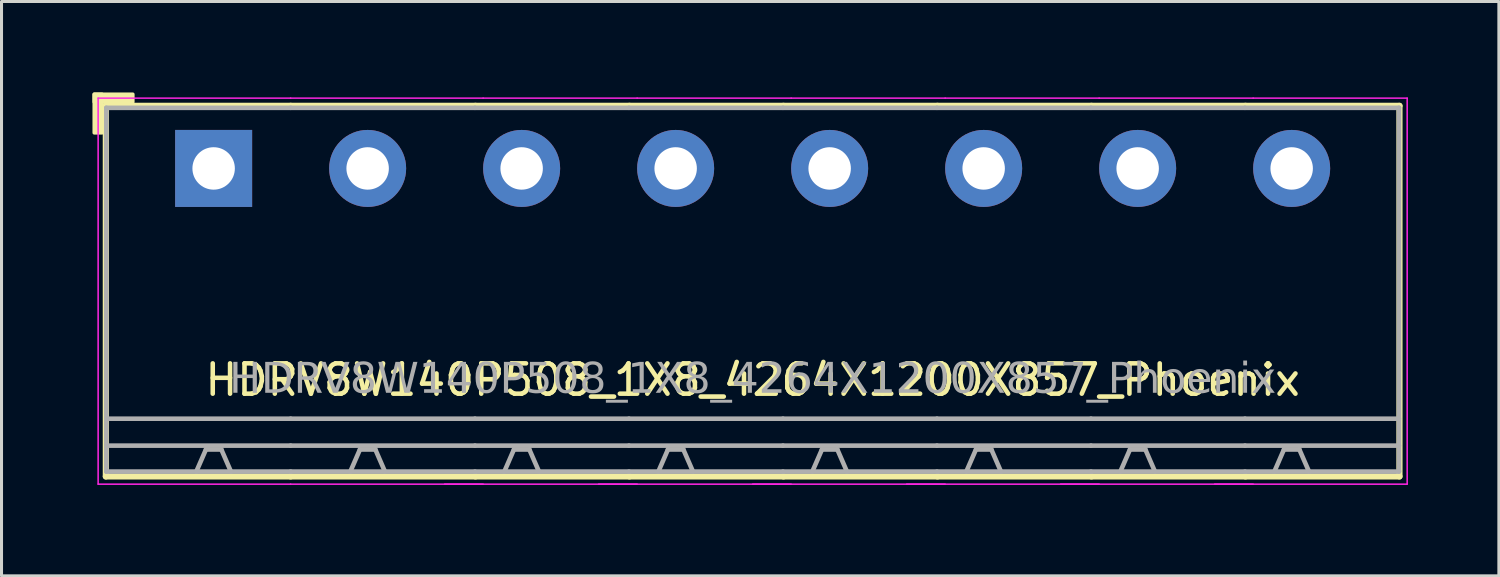
<source format=kicad_pcb>
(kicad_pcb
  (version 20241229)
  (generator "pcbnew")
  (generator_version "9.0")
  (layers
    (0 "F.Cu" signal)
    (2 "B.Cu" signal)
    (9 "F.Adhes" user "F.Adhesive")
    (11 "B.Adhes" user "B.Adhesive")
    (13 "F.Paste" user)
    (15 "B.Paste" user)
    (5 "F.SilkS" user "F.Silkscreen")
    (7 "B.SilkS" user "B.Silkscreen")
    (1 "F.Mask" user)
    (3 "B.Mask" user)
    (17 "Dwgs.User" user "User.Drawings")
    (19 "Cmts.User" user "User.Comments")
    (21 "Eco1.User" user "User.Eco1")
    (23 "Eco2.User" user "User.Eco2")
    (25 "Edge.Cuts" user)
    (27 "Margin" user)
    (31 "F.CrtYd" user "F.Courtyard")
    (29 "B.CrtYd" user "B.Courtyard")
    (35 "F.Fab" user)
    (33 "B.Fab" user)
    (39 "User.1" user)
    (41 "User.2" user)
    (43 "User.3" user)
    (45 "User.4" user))
  (footprint "HDRV8W140P508_1X8_4264X1200X857_Phoenix"
    (layer "F.Cu")
    (at 21.777 2.506)
    (property "Reference" "HDRV8W140P508_1X8_4264X1200X857_Phoenix" (at 0 6.975 0) (layer "F.SilkS") (effects (font (size 1 1) (thickness 0.15))))
    (attr through_hole)
    (fp_line (start -21.336 -2.065) (end -21.336 10.16) (stroke (width 0.203) (type solid)) (layer "F.SilkS"))
    (fp_line (start -21.336 10.16) (end -15.24 10.16) (stroke (width 0.203) (type solid)) (layer "F.SilkS"))
    (fp_line (start -15.24 -2.065) (end -21.336 -2.065) (stroke (width 0.203) (type solid)) (layer "F.SilkS"))
    (fp_line (start -15.24 -2.065) (end -9.144 -2.065) (stroke (width 0.203) (type solid)) (layer "F.SilkS"))
    (fp_line (start -9.144 -2.065) (end -4.064 -2.065) (stroke (width 0.203) (type solid)) (layer "F.SilkS"))
    (fp_line (start -9.144 10.16) (end -15.24 10.16) (stroke (width 0.203) (type solid)) (layer "F.SilkS"))
    (fp_line (start -4.064 -2.065) (end 1.016 -2.065) (stroke (width 0.203) (type solid)) (layer "F.SilkS"))
    (fp_line (start -4.064 10.16) (end -9.144 10.16) (stroke (width 0.203) (type solid)) (layer "F.SilkS"))
    (fp_line (start 1.016 -2.065) (end 6.096 -2.065) (stroke (width 0.203) (type solid)) (layer "F.SilkS"))
    (fp_line (start 1.016 10.16) (end -4.064 10.16) (stroke (width 0.203) (type solid)) (layer "F.SilkS"))
    (fp_line (start 6.096 -2.065) (end 11.176 -2.065) (stroke (width 0.203) (type solid)) (layer "F.SilkS"))
    (fp_line (start 6.096 10.16) (end 1.016 10.16) (stroke (width 0.203) (type solid)) (layer "F.SilkS"))
    (fp_line (start 11.176 -2.065) (end 16.256 -2.065) (stroke (width 0.203) (type solid)) (layer "F.SilkS"))
    (fp_line (start 11.176 10.16) (end 6.096 10.16) (stroke (width 0.203) (type solid)) (layer "F.SilkS"))
    (fp_line (start 16.256 -2.065) (end 21.336 -2.065) (stroke (width 0.203) (type solid)) (layer "F.SilkS"))
    (fp_line (start 16.256 10.16) (end 11.176 10.16) (stroke (width 0.203) (type solid)) (layer "F.SilkS"))
    (fp_line (start 21.336 -2.065) (end 21.336 10.16) (stroke (width 0.203) (type solid)) (layer "F.SilkS"))
    (fp_line (start 21.336 10.16) (end 16.256 10.16) (stroke (width 0.203) (type solid)) (layer "F.SilkS"))
    (fp_rect (start -21.717 -2.446) (end -21.463 -1.176) (stroke (width 0.12) (type solid)) (fill yes) (layer "F.SilkS"))
    (fp_rect (start -21.717 -2.446) (end -20.447 -2.192) (stroke (width 0.12) (type solid)) (fill yes) (layer "F.SilkS"))
    (fp_line (start -21.59 10.414) (end -21.59 -2.319) (stroke (width 0.05) (type solid)) (layer "F.CrtYd"))
    (fp_line (start -15.24 -2.319) (end -21.59 -2.319) (stroke (width 0.05) (type solid)) (layer "F.CrtYd"))
    (fp_line (start -15.24 -2.319) (end -8.89 -2.319) (stroke (width 0.05) (type solid)) (layer "F.CrtYd"))
    (fp_line (start -15.24 10.414) (end -21.59 10.414) (stroke (width 0.05) (type solid)) (layer "F.CrtYd"))
    (fp_line (start -15.24 10.414) (end -8.89 10.414) (stroke (width 0.05) (type solid)) (layer "F.CrtYd"))
    (fp_line (start -10.16 10.414) (end -3.81 10.414) (stroke (width 0.05) (type solid)) (layer "F.CrtYd"))
    (fp_line (start -8.89 -2.319) (end -3.81 -2.319) (stroke (width 0.05) (type solid)) (layer "F.CrtYd"))
    (fp_line (start -5.08 10.414) (end 1.27 10.414) (stroke (width 0.05) (type solid)) (layer "F.CrtYd"))
    (fp_line (start -3.81 -2.319) (end 1.27 -2.319) (stroke (width 0.05) (type solid)) (layer "F.CrtYd"))
    (fp_line (start 0 10.414) (end 6.35 10.414) (stroke (width 0.05) (type solid)) (layer "F.CrtYd"))
    (fp_line (start 1.27 -2.319) (end 6.35 -2.319) (stroke (width 0.05) (type solid)) (layer "F.CrtYd"))
    (fp_line (start 5.08 10.414) (end 11.43 10.414) (stroke (width 0.05) (type solid)) (layer "F.CrtYd"))
    (fp_line (start 6.35 -2.319) (end 11.43 -2.319) (stroke (width 0.05) (type solid)) (layer "F.CrtYd"))
    (fp_line (start 10.16 10.414) (end 16.51 10.414) (stroke (width 0.05) (type solid)) (layer "F.CrtYd"))
    (fp_line (start 11.43 -2.319) (end 16.51 -2.319) (stroke (width 0.05) (type solid)) (layer "F.CrtYd"))
    (fp_line (start 15.24 10.414) (end 21.59 10.414) (stroke (width 0.05) (type solid)) (layer "F.CrtYd"))
    (fp_line (start 16.51 -2.319) (end 21.59 -2.319) (stroke (width 0.05) (type solid)) (layer "F.CrtYd"))
    (fp_line (start 21.59 10.414) (end 21.59 -2.319) (stroke (width 0.05) (type solid)) (layer "F.CrtYd"))
    (fp_line (start -21.32 -2) (end -21.32 10) (stroke (width 0.152) (type solid)) (layer "F.Fab"))
    (fp_line (start -18.034 9.271) (end -18.352 10) (stroke (width 0.152) (type default)) (layer "F.Fab"))
    (fp_line (start -17.526 9.271) (end -18.034 9.271) (stroke (width 0.152) (type default)) (layer "F.Fab"))
    (fp_line (start -17.526 9.271) (end -17.209 10) (stroke (width 0.152) (type default)) (layer "F.Fab"))
    (fp_line (start -15.24 -2) (end -21.32 -2) (stroke (width 0.152) (type solid)) (layer "F.Fab"))
    (fp_line (start -15.24 -2) (end -9.16 -2) (stroke (width 0.152) (type solid)) (layer "F.Fab"))
    (fp_line (start -15.24 8.255) (end -21.32 8.255) (stroke (width 0.152) (type solid)) (layer "F.Fab"))
    (fp_line (start -15.24 8.255) (end -9.16 8.255) (stroke (width 0.152) (type solid)) (layer "F.Fab"))
    (fp_line (start -15.24 9.144) (end -21.32 9.144) (stroke (width 0.152) (type solid)) (layer "F.Fab"))
    (fp_line (start -15.24 9.144) (end -9.16 9.144) (stroke (width 0.152) (type solid)) (layer "F.Fab"))
    (fp_line (start -15.24 10) (end -21.32 10) (stroke (width 0.152) (type solid)) (layer "F.Fab"))
    (fp_line (start -15.24 10) (end -9.16 10) (stroke (width 0.152) (type solid)) (layer "F.Fab"))
    (fp_line (start -12.954 9.271) (end -13.271 10) (stroke (width 0.152) (type default)) (layer "F.Fab"))
    (fp_line (start -12.446 9.271) (end -12.954 9.271) (stroke (width 0.152) (type default)) (layer "F.Fab"))
    (fp_line (start -12.446 9.271) (end -12.129 10) (stroke (width 0.152) (type default)) (layer "F.Fab"))
    (fp_line (start -9.16 -2) (end -4.08 -2) (stroke (width 0.152) (type solid)) (layer "F.Fab"))
    (fp_line (start -9.16 8.255) (end -4.08 8.255) (stroke (width 0.152) (type solid)) (layer "F.Fab"))
    (fp_line (start -9.16 9.144) (end -4.08 9.144) (stroke (width 0.152) (type solid)) (layer "F.Fab"))
    (fp_line (start -9.16 10) (end -4.08 10) (stroke (width 0.152) (type solid)) (layer "F.Fab"))
    (fp_line (start -7.874 9.271) (end -8.191 10) (stroke (width 0.152) (type default)) (layer "F.Fab"))
    (fp_line (start -7.366 9.271) (end -7.874 9.271) (stroke (width 0.152) (type default)) (layer "F.Fab"))
    (fp_line (start -7.366 9.271) (end -7.048 10) (stroke (width 0.152) (type default)) (layer "F.Fab"))
    (fp_line (start -4.08 -2) (end 1 -2) (stroke (width 0.152) (type solid)) (layer "F.Fab"))
    (fp_line (start -4.08 8.255) (end 1 8.255) (stroke (width 0.152) (type solid)) (layer "F.Fab"))
    (fp_line (start -4.08 9.144) (end 1 9.144) (stroke (width 0.152) (type solid)) (layer "F.Fab"))
    (fp_line (start -4.08 10) (end 1 10) (stroke (width 0.152) (type solid)) (layer "F.Fab"))
    (fp_line (start -2.794 9.271) (end -3.111 10) (stroke (width 0.152) (type default)) (layer "F.Fab"))
    (fp_line (start -2.286 9.271) (end -2.794 9.271) (stroke (width 0.152) (type default)) (layer "F.Fab"))
    (fp_line (start -2.286 9.271) (end -1.968 10) (stroke (width 0.152) (type default)) (layer "F.Fab"))
    (fp_line (start 1 -2) (end 6.08 -2) (stroke (width 0.152) (type solid)) (layer "F.Fab"))
    (fp_line (start 1 8.255) (end 6.08 8.255) (stroke (width 0.152) (type solid)) (layer "F.Fab"))
    (fp_line (start 1 9.144) (end 6.08 9.144) (stroke (width 0.152) (type solid)) (layer "F.Fab"))
    (fp_line (start 1 10) (end 6.08 10) (stroke (width 0.152) (type solid)) (layer "F.Fab"))
    (fp_line (start 2.286 9.271) (end 1.968 10) (stroke (width 0.152) (type default)) (layer "F.Fab"))
    (fp_line (start 2.794 9.271) (end 2.286 9.271) (stroke (width 0.152) (type default)) (layer "F.Fab"))
    (fp_line (start 2.794 9.271) (end 3.111 10) (stroke (width 0.152) (type default)) (layer "F.Fab"))
    (fp_line (start 6.08 -2) (end 11.16 -2) (stroke (width 0.152) (type solid)) (layer "F.Fab"))
    (fp_line (start 6.08 8.255) (end 11.16 8.255) (stroke (width 0.152) (type solid)) (layer "F.Fab"))
    (fp_line (start 6.08 9.144) (end 11.16 9.144) (stroke (width 0.152) (type solid)) (layer "F.Fab"))
    (fp_line (start 6.08 10) (end 11.16 10) (stroke (width 0.152) (type solid)) (layer "F.Fab"))
    (fp_line (start 7.366 9.271) (end 7.048 10) (stroke (width 0.152) (type default)) (layer "F.Fab"))
    (fp_line (start 7.874 9.271) (end 7.366 9.271) (stroke (width 0.152) (type default)) (layer "F.Fab"))
    (fp_line (start 7.874 9.271) (end 8.191 10) (stroke (width 0.152) (type default)) (layer "F.Fab"))
    (fp_line (start 11.16 -2) (end 16.24 -2) (stroke (width 0.152) (type solid)) (layer "F.Fab"))
    (fp_line (start 11.16 8.255) (end 16.24 8.255) (stroke (width 0.152) (type solid)) (layer "F.Fab"))
    (fp_line (start 11.16 9.144) (end 16.24 9.144) (stroke (width 0.152) (type solid)) (layer "F.Fab"))
    (fp_line (start 11.16 10) (end 16.24 10) (stroke (width 0.152) (type solid)) (layer "F.Fab"))
    (fp_line (start 12.446 9.271) (end 12.129 10) (stroke (width 0.152) (type default)) (layer "F.Fab"))
    (fp_line (start 12.954 9.271) (end 12.446 9.271) (stroke (width 0.152) (type default)) (layer "F.Fab"))
    (fp_line (start 12.954 9.271) (end 13.271 10) (stroke (width 0.152) (type default)) (layer "F.Fab"))
    (fp_line (start 16.24 -2) (end 21.32 -2) (stroke (width 0.152) (type solid)) (layer "F.Fab"))
    (fp_line (start 16.24 8.255) (end 21.32 8.255) (stroke (width 0.152) (type solid)) (layer "F.Fab"))
    (fp_line (start 16.24 9.144) (end 21.32 9.144) (stroke (width 0.152) (type solid)) (layer "F.Fab"))
    (fp_line (start 16.24 10) (end 21.32 10) (stroke (width 0.152) (type solid)) (layer "F.Fab"))
    (fp_line (start 17.526 9.271) (end 17.209 10) (stroke (width 0.152) (type default)) (layer "F.Fab"))
    (fp_line (start 18.034 9.271) (end 17.526 9.271) (stroke (width 0.152) (type default)) (layer "F.Fab"))
    (fp_line (start 18.034 9.271) (end 18.352 10) (stroke (width 0.152) (type default)) (layer "F.Fab"))
    (fp_line (start 21.32 -2) (end 21.32 10) (stroke (width 0.152) (type solid)) (layer "F.Fab"))
    (fp_rect (start -18.034 -0.254) (end -17.526 0.254) (stroke (width 0.152) (type solid)) (fill no) (layer "F.Fab"))
    (fp_rect (start -12.446 -0.254) (end -12.954 0.254) (stroke (width 0.152) (type solid)) (fill no) (layer "F.Fab"))
    (fp_rect (start -7.366 -0.254) (end -7.874 0.254) (stroke (width 0.152) (type solid)) (fill no) (layer "F.Fab"))
    (fp_rect (start -2.286 -0.254) (end -2.794 0.254) (stroke (width 0.152) (type solid)) (fill no) (layer "F.Fab"))
    (fp_rect (start 2.794 -0.254) (end 2.286 0.254) (stroke (width 0.152) (type solid)) (fill no) (layer "F.Fab"))
    (fp_rect (start 7.874 -0.254) (end 7.366 0.254) (stroke (width 0.152) (type solid)) (fill no) (layer "F.Fab"))
    (fp_rect (start 12.954 -0.254) (end 12.446 0.254) (stroke (width 0.152) (type solid)) (fill no) (layer "F.Fab"))
    (fp_rect (start 18.034 -0.254) (end 17.526 0.254) (stroke (width 0.152) (type solid)) (fill no) (layer "F.Fab"))
    (fp_text user "${REFERENCE}" (at 0 6.985 0) (layer "F.Fab") (effects (font (face "Tahoma") (size 1 1) (thickness 0.15))))
    (pad "1" thru_hole rect (at -17.78 0) (size 2.54 2.54) (drill 1.4) (layers "*.Cu" "*.Mask"))
    (pad "2" thru_hole circle (at -12.7 0) (size 2.54 2.54) (drill 1.4) (layers "*.Cu" "*.Mask"))
    (pad "3" thru_hole circle (at -7.62 0) (size 2.54 2.54) (drill 1.4) (layers "*.Cu" "*.Mask"))
    (pad "4" thru_hole circle (at -2.54 0) (size 2.54 2.54) (drill 1.4) (layers "*.Cu" "*.Mask"))
    (pad "5" thru_hole circle (at 2.54 0) (size 2.54 2.54) (drill 1.4) (layers "*.Cu" "*.Mask"))
    (pad "6" thru_hole circle (at 7.62 0) (size 2.54 2.54) (drill 1.4) (layers "*.Cu" "*.Mask"))
    (pad "7" thru_hole circle (at 12.7 0) (size 2.54 2.54) (drill 1.4) (layers "*.Cu" "*.Mask"))
    (pad "8" thru_hole circle (at 17.78 0) (size 2.54 2.54) (drill 1.4) (layers "*.Cu" "*.Mask")))
  (gr_rect
    (start -3 -3)
    (end 46.392 15.945)
    (stroke (width 0.1) (type default))
    (fill no)
    (layer "Edge.Cuts")))
</source>
